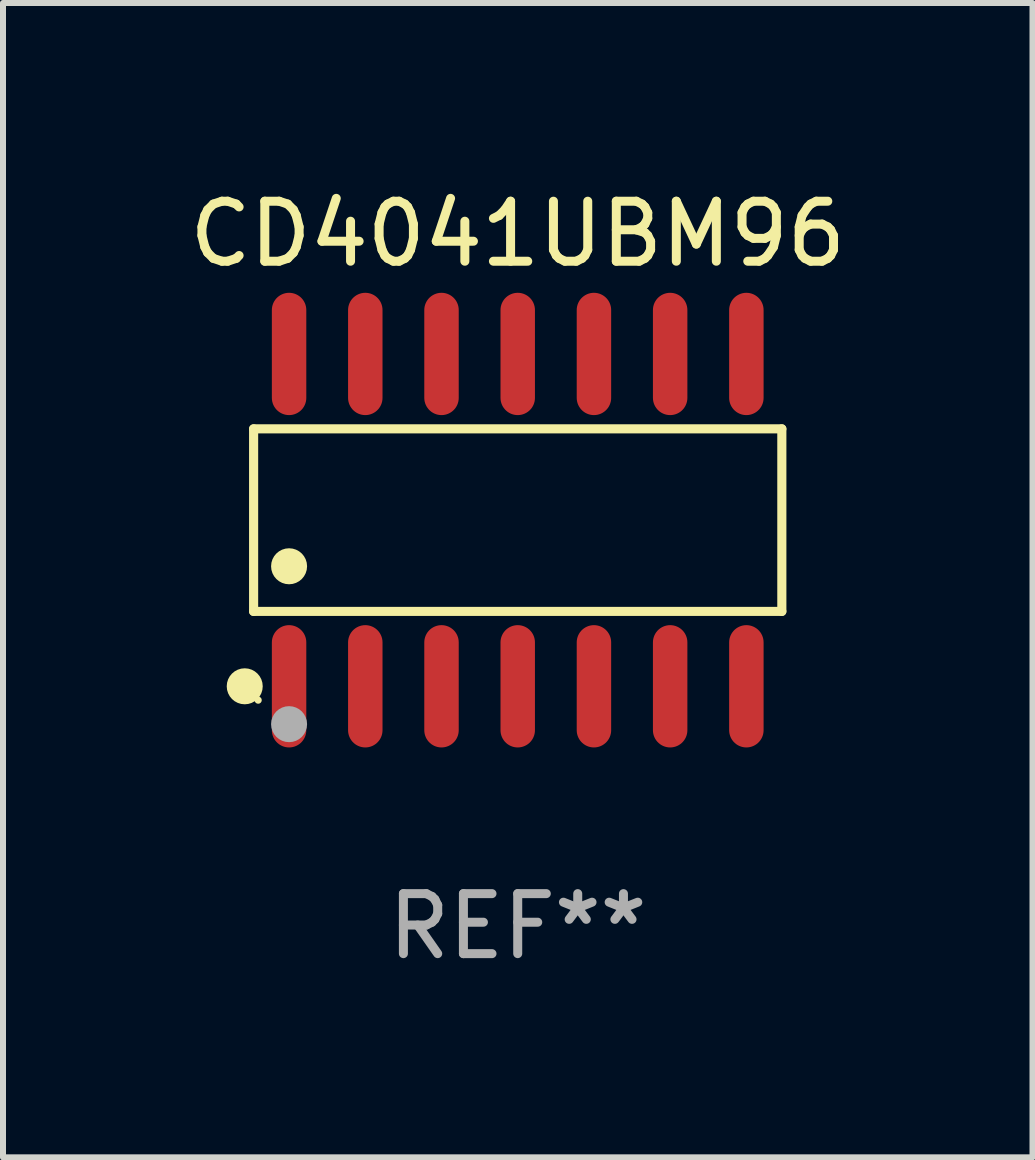
<source format=kicad_pcb>
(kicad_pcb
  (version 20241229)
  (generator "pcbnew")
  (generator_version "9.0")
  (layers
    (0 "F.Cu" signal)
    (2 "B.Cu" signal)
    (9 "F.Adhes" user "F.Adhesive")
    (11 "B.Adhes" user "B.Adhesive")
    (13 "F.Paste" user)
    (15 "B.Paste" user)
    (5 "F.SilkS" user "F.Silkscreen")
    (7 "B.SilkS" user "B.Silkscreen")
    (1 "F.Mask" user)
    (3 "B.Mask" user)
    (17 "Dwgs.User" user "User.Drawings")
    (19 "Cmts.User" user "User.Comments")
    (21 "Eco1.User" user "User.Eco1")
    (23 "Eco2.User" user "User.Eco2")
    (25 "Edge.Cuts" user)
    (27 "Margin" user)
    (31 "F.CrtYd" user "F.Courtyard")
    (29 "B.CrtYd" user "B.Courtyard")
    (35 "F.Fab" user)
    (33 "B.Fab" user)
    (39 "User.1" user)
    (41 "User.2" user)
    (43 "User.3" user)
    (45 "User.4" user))
  (footprint "CD4041UBM96"
    (layer "F.Cu")
    (at 5.577 5.617)
    (property "Reference" "CD4041UBM96" (at 0 -4.769 0) (layer "F.SilkS") (effects (font (size 1 1) (thickness 0.15))))
    (attr through_hole)
    (fp_line (start -4.401 -1.521) (end 4.401 -1.521) (stroke (width 0.152) (type solid)) (layer "F.SilkS"))
    (fp_line (start -4.401 1.521) (end -4.401 -1.521) (stroke (width 0.152) (type solid)) (layer "F.SilkS"))
    (fp_line (start 4.401 -1.521) (end 4.401 1.521) (stroke (width 0.152) (type solid)) (layer "F.SilkS"))
    (fp_line (start 4.401 1.521) (end -4.401 1.521) (stroke (width 0.152) (type solid)) (layer "F.SilkS"))
    (fp_circle (center -4.549 2.769) (end -4.399 2.769) (stroke (width 0.3) (type solid)) (fill no) (layer "F.SilkS"))
    (fp_circle (center -4.325 3) (end -4.295 3) (stroke (width 0.06) (type solid)) (fill no) (layer "F.SilkS"))
    (fp_circle (center -3.81 0.769) (end -3.66 0.769) (stroke (width 0.3) (type solid)) (fill no) (layer "F.SilkS"))
    (fp_circle (center -3.81 3.4) (end -3.66 3.4) (stroke (width 0.3) (type solid)) (fill no) (layer "F.Fab"))
    (fp_text user "REF**" (at 0 6.769 0) (layer "F.Fab") (effects (font (size 1 1) (thickness 0.15))))
    (pad "1" smd oval (at -3.81 2.769) (size 0.574 2.038) (layers "F.Cu" "F.Mask" "F.Paste"))
    (pad "2" smd oval (at -2.54 2.769) (size 0.574 2.038) (layers "F.Cu" "F.Mask" "F.Paste"))
    (pad "3" smd oval (at -1.27 2.769) (size 0.574 2.038) (layers "F.Cu" "F.Mask" "F.Paste"))
    (pad "4" smd oval (at 0 2.769) (size 0.574 2.038) (layers "F.Cu" "F.Mask" "F.Paste"))
    (pad "5" smd oval (at 1.27 2.769) (size 0.574 2.038) (layers "F.Cu" "F.Mask" "F.Paste"))
    (pad "6" smd oval (at 2.54 2.769) (size 0.574 2.038) (layers "F.Cu" "F.Mask" "F.Paste"))
    (pad "7" smd oval (at 3.81 2.769) (size 0.574 2.038) (layers "F.Cu" "F.Mask" "F.Paste"))
    (pad "8" smd oval (at 3.81 -2.769) (size 0.574 2.038) (layers "F.Cu" "F.Mask" "F.Paste"))
    (pad "9" smd oval (at 2.54 -2.769) (size 0.574 2.038) (layers "F.Cu" "F.Mask" "F.Paste"))
    (pad "10" smd oval (at 1.27 -2.769) (size 0.574 2.038) (layers "F.Cu" "F.Mask" "F.Paste"))
    (pad "11" smd oval (at 0 -2.769) (size 0.574 2.038) (layers "F.Cu" "F.Mask" "F.Paste"))
    (pad "12" smd oval (at -1.27 -2.769) (size 0.574 2.038) (layers "F.Cu" "F.Mask" "F.Paste"))
    (pad "13" smd oval (at -2.54 -2.769) (size 0.574 2.038) (layers "F.Cu" "F.Mask" "F.Paste"))
    (pad "14" smd oval (at -3.81 -2.769) (size 0.574 2.038) (layers "F.Cu" "F.Mask" "F.Paste")))
  (gr_rect
    (start -3 -3)
    (end 14.155 16.235)
    (stroke (width 0.1) (type default))
    (fill no)
    (layer "Edge.Cuts")))
</source>
